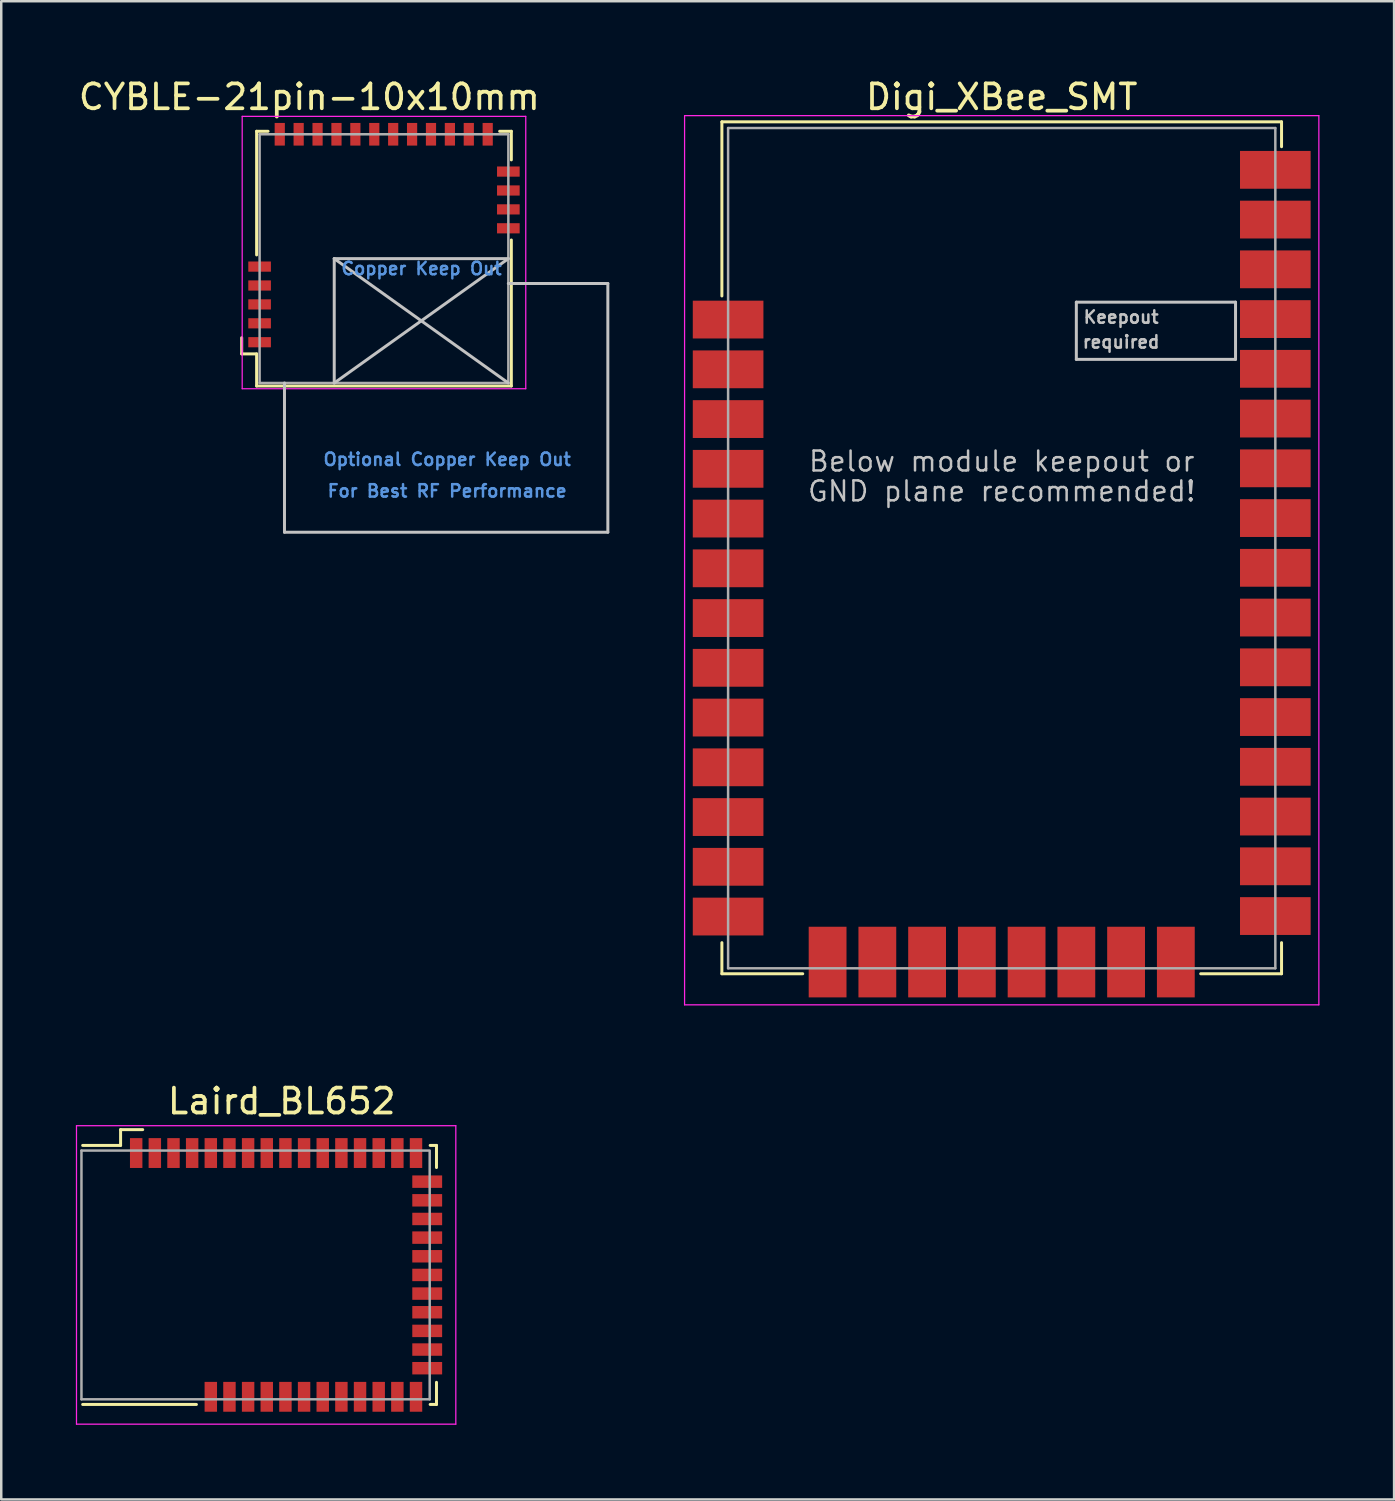
<source format=kicad_pcb>
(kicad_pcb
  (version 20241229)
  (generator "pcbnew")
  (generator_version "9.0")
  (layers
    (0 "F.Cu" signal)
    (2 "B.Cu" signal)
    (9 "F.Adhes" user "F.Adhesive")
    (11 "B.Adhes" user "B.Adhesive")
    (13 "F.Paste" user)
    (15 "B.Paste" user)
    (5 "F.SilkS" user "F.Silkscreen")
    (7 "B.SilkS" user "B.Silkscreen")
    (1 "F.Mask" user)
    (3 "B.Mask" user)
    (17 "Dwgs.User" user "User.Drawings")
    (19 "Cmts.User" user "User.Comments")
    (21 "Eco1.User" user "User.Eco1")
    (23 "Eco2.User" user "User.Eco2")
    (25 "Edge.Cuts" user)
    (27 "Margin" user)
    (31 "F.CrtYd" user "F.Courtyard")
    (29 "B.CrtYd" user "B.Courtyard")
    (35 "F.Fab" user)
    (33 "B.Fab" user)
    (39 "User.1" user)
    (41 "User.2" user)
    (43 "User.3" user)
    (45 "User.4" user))
  (footprint "Digi_XBee_SMT"
    (layer "F.Cu")
    (at 37.222 19.698)
    (property "Reference" "Digi_XBee_SMT" (at 0 -18.85 0) (layer "F.SilkS") (effects (font (size 1 1) (thickness 0.15))))
    (attr smd)
    (fp_line (start -11.25 -17.85) (end 11.25 -17.85) (stroke (width 0.12) (type solid)) (layer "F.SilkS"))
    (fp_line (start -11.25 -10.85) (end -11.25 -17.85) (stroke (width 0.12) (type solid)) (layer "F.SilkS"))
    (fp_line (start -11.25 15.15) (end -11.25 16.4) (stroke (width 0.12) (type solid)) (layer "F.SilkS"))
    (fp_line (start -11.25 16.4) (end -8 16.4) (stroke (width 0.12) (type solid)) (layer "F.SilkS"))
    (fp_line (start 8 16.4) (end 11.25 16.4) (stroke (width 0.12) (type solid)) (layer "F.SilkS"))
    (fp_line (start 11.25 -17.85) (end 11.25 -16.85) (stroke (width 0.12) (type solid)) (layer "F.SilkS"))
    (fp_line (start 11.25 16.4) (end 11.25 15.15) (stroke (width 0.12) (type solid)) (layer "F.SilkS"))
    (fp_line (start 3 -10.6) (end 3 -8.3) (stroke (width 0.12) (type solid)) (layer "Dwgs.User"))
    (fp_line (start 3 -8.3) (end 9.4 -8.3) (stroke (width 0.12) (type solid)) (layer "Dwgs.User"))
    (fp_line (start 9.4 -10.6) (end 3 -10.6) (stroke (width 0.12) (type solid)) (layer "Dwgs.User"))
    (fp_line (start 9.4 -8.3) (end 9.4 -10.6) (stroke (width 0.12) (type solid)) (layer "Dwgs.User"))
    (fp_line (start -12.75 -18.1) (end 12.75 -18.1) (stroke (width 0.05) (type solid)) (layer "F.CrtYd"))
    (fp_line (start -12.75 17.65) (end -12.75 -18.1) (stroke (width 0.05) (type solid)) (layer "F.CrtYd"))
    (fp_line (start 12.75 -18.1) (end 12.75 17.65) (stroke (width 0.05) (type solid)) (layer "F.CrtYd"))
    (fp_line (start 12.75 17.65) (end -12.75 17.65) (stroke (width 0.05) (type solid)) (layer "F.CrtYd"))
    (fp_line (start -11 -17.6) (end -11 16.18) (stroke (width 0.1) (type solid)) (layer "F.Fab"))
    (fp_line (start -11 16.18) (end 11 16.18) (stroke (width 0.1) (type solid)) (layer "F.Fab"))
    (fp_line (start 11 -17.6) (end -11 -17.6) (stroke (width 0.1) (type solid)) (layer "F.Fab"))
    (fp_line (start 11 16.18) (end 11 -17.6) (stroke (width 0.1) (type solid)) (layer "F.Fab"))
    (fp_text user "Keepout" (at 4.8 -10 0) (layer "Dwgs.User") (effects (font (size 0.5 0.5) (thickness 0.1))))
    (fp_text user "GND plane recommended!" (at 0 -3 0) (layer "Dwgs.User") (effects (font (size 0.8 0.8) (thickness 0.1))))
    (fp_text user "required" (at 4.8 -9 0) (layer "Dwgs.User") (effects (font (size 0.5 0.5) (thickness 0.1))))
    (fp_text user "Below module keepout or" (at 0 -4.2 0) (layer "Dwgs.User") (effects (font (size 0.8 0.8) (thickness 0.1))))
    (pad "1" smd rect (at -11 -9.9) (size 2.84 1.52) (layers "F.Cu" "F.Mask" "F.Paste"))
    (pad "2" smd rect (at -11 -7.9) (size 2.84 1.52) (layers "F.Cu" "F.Mask" "F.Paste"))
    (pad "3" smd rect (at -11 -5.9) (size 2.84 1.52) (layers "F.Cu" "F.Mask" "F.Paste"))
    (pad "4" smd rect (at -11 -3.9) (size 2.84 1.52) (layers "F.Cu" "F.Mask" "F.Paste"))
    (pad "5" smd rect (at -11 -1.9) (size 2.84 1.52) (layers "F.Cu" "F.Mask" "F.Paste"))
    (pad "6" smd rect (at -11 0.1) (size 2.84 1.52) (layers "F.Cu" "F.Mask" "F.Paste"))
    (pad "7" smd rect (at -11 2.1) (size 2.84 1.52) (layers "F.Cu" "F.Mask" "F.Paste"))
    (pad "8" smd rect (at -11 4.1) (size 2.84 1.52) (layers "F.Cu" "F.Mask" "F.Paste"))
    (pad "9" smd rect (at -11 6.1) (size 2.84 1.52) (layers "F.Cu" "F.Mask" "F.Paste"))
    (pad "10" smd rect (at -11 8.1) (size 2.84 1.52) (layers "F.Cu" "F.Mask" "F.Paste"))
    (pad "11" smd rect (at -11 10.1) (size 2.84 1.52) (layers "F.Cu" "F.Mask" "F.Paste"))
    (pad "12" smd rect (at -11 12.1) (size 2.84 1.52) (layers "F.Cu" "F.Mask" "F.Paste"))
    (pad "13" smd rect (at -11 14.1) (size 2.84 1.52) (layers "F.Cu" "F.Mask" "F.Paste"))
    (pad "14" smd rect (at -7 15.93 90) (size 2.84 1.52) (layers "F.Cu" "F.Mask" "F.Paste"))
    (pad "15" smd rect (at -5 15.93 90) (size 2.84 1.52) (layers "F.Cu" "F.Mask" "F.Paste"))
    (pad "16" smd rect (at -3 15.93 90) (size 2.84 1.52) (layers "F.Cu" "F.Mask" "F.Paste"))
    (pad "17" smd rect (at -1 15.93 90) (size 2.84 1.52) (layers "F.Cu" "F.Mask" "F.Paste"))
    (pad "18" smd rect (at 1 15.93 90) (size 2.84 1.52) (layers "F.Cu" "F.Mask" "F.Paste"))
    (pad "19" smd rect (at 3 15.93 90) (size 2.84 1.52) (layers "F.Cu" "F.Mask" "F.Paste"))
    (pad "20" smd rect (at 5 15.93 90) (size 2.84 1.52) (layers "F.Cu" "F.Mask" "F.Paste"))
    (pad "21" smd rect (at 7 15.93 90) (size 2.84 1.52) (layers "F.Cu" "F.Mask" "F.Paste"))
    (pad "22" smd rect (at 11 14.08) (size 2.84 1.52) (layers "F.Cu" "F.Mask" "F.Paste"))
    (pad "23" smd rect (at 11 12.08) (size 2.84 1.52) (layers "F.Cu" "F.Mask" "F.Paste"))
    (pad "24" smd rect (at 11 10.08) (size 2.84 1.52) (layers "F.Cu" "F.Mask" "F.Paste"))
    (pad "25" smd rect (at 11 8.08) (size 2.84 1.52) (layers "F.Cu" "F.Mask" "F.Paste"))
    (pad "26" smd rect (at 11 6.08) (size 2.84 1.52) (layers "F.Cu" "F.Mask" "F.Paste"))
    (pad "27" smd rect (at 11 4.08) (size 2.84 1.52) (layers "F.Cu" "F.Mask" "F.Paste"))
    (pad "28" smd rect (at 11 2.08) (size 2.84 1.52) (layers "F.Cu" "F.Mask" "F.Paste"))
    (pad "29" smd rect (at 11 0.08) (size 2.84 1.52) (layers "F.Cu" "F.Mask" "F.Paste"))
    (pad "30" smd rect (at 11 -1.92) (size 2.84 1.52) (layers "F.Cu" "F.Mask" "F.Paste"))
    (pad "31" smd rect (at 11 -3.92) (size 2.84 1.52) (layers "F.Cu" "F.Mask" "F.Paste"))
    (pad "32" smd rect (at 11 -5.92) (size 2.84 1.52) (layers "F.Cu" "F.Mask" "F.Paste"))
    (pad "33" smd rect (at 11 -7.92) (size 2.84 1.52) (layers "F.Cu" "F.Mask" "F.Paste"))
    (pad "34" smd rect (at 11 -9.92) (size 2.84 1.52) (layers "F.Cu" "F.Mask" "F.Paste"))
    (pad "35" smd rect (at 11 -11.92) (size 2.84 1.52) (layers "F.Cu" "F.Mask" "F.Paste"))
    (pad "36" smd rect (at 11 -13.92) (size 2.84 1.52) (layers "F.Cu" "F.Mask" "F.Paste"))
    (pad "37" smd rect (at 11 -15.92) (size 2.84 1.52) (layers "F.Cu" "F.Mask" "F.Paste")))
  (footprint "CYBLE-21pin-10x10mm"
    (layer "F.Cu")
    (at 12.387 6.528)
    (property "Reference" "CYBLE-21pin-10x10mm" (at -3 -5.68 0) (layer "F.SilkS") (effects (font (size 1 1) (thickness 0.15))))
    (attr smd)
    (fp_line (start -5.72 4.65) (end -5.72 4) (stroke (width 0.12) (type solid)) (layer "F.SilkS"))
    (fp_line (start -5.12 -4.3) (end -5.12 0.67) (stroke (width 0.12) (type solid)) (layer "F.SilkS"))
    (fp_line (start -5.12 4.65) (end -5.72 4.65) (stroke (width 0.12) (type solid)) (layer "F.SilkS"))
    (fp_line (start -5.12 4.65) (end -5.12 5.94) (stroke (width 0.12) (type solid)) (layer "F.SilkS"))
    (fp_line (start -5.12 5.94) (end 5.12 5.94) (stroke (width 0.12) (type solid)) (layer "F.SilkS"))
    (fp_line (start -4.66 -4.3) (end -5.12 -4.3) (stroke (width 0.12) (type solid)) (layer "F.SilkS"))
    (fp_line (start 5.12 -4.3) (end 4.65 -4.3) (stroke (width 0.12) (type solid)) (layer "F.SilkS"))
    (fp_line (start 5.12 -4.3) (end 5.12 -3.15) (stroke (width 0.12) (type solid)) (layer "F.SilkS"))
    (fp_line (start 5.12 5.94) (end 5.12 0.07) (stroke (width 0.12) (type solid)) (layer "F.SilkS"))
    (fp_line (start -4 11.82) (end -4 5.82) (stroke (width 0.12) (type solid)) (layer "Dwgs.User"))
    (fp_line (start -2 0.82) (end -2 5.82) (stroke (width 0.12) (type solid)) (layer "Dwgs.User"))
    (fp_line (start -2 0.82) (end 5 5.82) (stroke (width 0.12) (type solid)) (layer "Dwgs.User"))
    (fp_line (start 5 0.82) (end -2 0.82) (stroke (width 0.12) (type solid)) (layer "Dwgs.User"))
    (fp_line (start 5 0.82) (end -2 5.82) (stroke (width 0.12) (type solid)) (layer "Dwgs.User"))
    (fp_line (start 5 1.82) (end 9 1.82) (stroke (width 0.12) (type solid)) (layer "Dwgs.User"))
    (fp_line (start 9 1.82) (end 9 11.82) (stroke (width 0.12) (type solid)) (layer "Dwgs.User"))
    (fp_line (start 9 11.82) (end -4 11.82) (stroke (width 0.12) (type solid)) (layer "Dwgs.User"))
    (fp_line (start -5.7 -4.9) (end -5.7 6.05) (stroke (width 0.05) (type solid)) (layer "F.CrtYd"))
    (fp_line (start -5.7 6.05) (end 5.7 6.05) (stroke (width 0.05) (type solid)) (layer "F.CrtYd"))
    (fp_line (start 5.7 -4.9) (end -5.7 -4.9) (stroke (width 0.05) (type solid)) (layer "F.CrtYd"))
    (fp_line (start 5.7 6.05) (end 5.7 -4.9) (stroke (width 0.05) (type solid)) (layer "F.CrtYd"))
    (fp_line (start -5 -4.18) (end 5 -4.18) (stroke (width 0.1) (type solid)) (layer "F.Fab"))
    (fp_line (start -5 5.82) (end -5 -4.18) (stroke (width 0.1) (type solid)) (layer "F.Fab"))
    (fp_line (start 5 -4.18) (end 5 5.82) (stroke (width 0.1) (type solid)) (layer "F.Fab"))
    (fp_line (start 5 5.82) (end -5 5.82) (stroke (width 0.1) (type solid)) (layer "F.Fab"))
    (fp_text user "Optional Copper Keep Out" (at 2.54 8.89 0) (layer "Cmts.User") (effects (font (size 0.5 0.5) (thickness 0.1))))
    (fp_text user "Copper Keep Out" (at 1.51 1.22 0) (layer "Cmts.User") (effects (font (size 0.5 0.5) (thickness 0.1))))
    (fp_text user "For Best RF Performance" (at 2.54 10.16 0) (layer "Cmts.User") (effects (font (size 0.5 0.5) (thickness 0.1))))
    (pad "1" smd rect (at -5 4.18) (size 0.91 0.41) (layers "F.Cu" "F.Mask" "F.Paste"))
    (pad "2" smd rect (at -5 3.42) (size 0.91 0.41) (layers "F.Cu" "F.Mask" "F.Paste"))
    (pad "3" smd rect (at -5 2.66) (size 0.91 0.41) (layers "F.Cu" "F.Mask" "F.Paste"))
    (pad "4" smd rect (at -5 1.9) (size 0.91 0.41) (layers "F.Cu" "F.Mask" "F.Paste"))
    (pad "5" smd rect (at -5 1.14) (size 0.91 0.41) (layers "F.Cu" "F.Mask" "F.Paste"))
    (pad "6" smd rect (at -4.19 -4.18) (size 0.41 0.91) (layers "F.Cu" "F.Mask" "F.Paste"))
    (pad "7" smd rect (at -3.43 -4.18) (size 0.41 0.91) (layers "F.Cu" "F.Mask" "F.Paste"))
    (pad "8" smd rect (at -2.67 -4.18) (size 0.41 0.91) (layers "F.Cu" "F.Mask" "F.Paste"))
    (pad "9" smd rect (at -1.91 -4.18) (size 0.41 0.91) (layers "F.Cu" "F.Mask" "F.Paste"))
    (pad "10" smd rect (at -1.15 -4.18) (size 0.41 0.91) (layers "F.Cu" "F.Mask" "F.Paste"))
    (pad "11" smd rect (at -0.39 -4.18) (size 0.41 0.91) (layers "F.Cu" "F.Mask" "F.Paste"))
    (pad "12" smd rect (at 0.37 -4.18) (size 0.41 0.91) (layers "F.Cu" "F.Mask" "F.Paste"))
    (pad "13" smd rect (at 1.13 -4.18) (size 0.41 0.91) (layers "F.Cu" "F.Mask" "F.Paste"))
    (pad "14" smd rect (at 1.89 -4.18) (size 0.41 0.91) (layers "F.Cu" "F.Mask" "F.Paste"))
    (pad "15" smd rect (at 2.65 -4.18) (size 0.41 0.91) (layers "F.Cu" "F.Mask" "F.Paste"))
    (pad "16" smd rect (at 3.41 -4.18) (size 0.41 0.91) (layers "F.Cu" "F.Mask" "F.Paste"))
    (pad "17" smd rect (at 4.17 -4.18) (size 0.41 0.91) (layers "F.Cu" "F.Mask" "F.Paste"))
    (pad "18" smd rect (at 5 -2.68) (size 0.91 0.41) (layers "F.Cu" "F.Mask" "F.Paste"))
    (pad "19" smd rect (at 5 -1.92) (size 0.91 0.41) (layers "F.Cu" "F.Mask" "F.Paste"))
    (pad "20" smd rect (at 5 -1.16) (size 0.91 0.41) (layers "F.Cu" "F.Mask" "F.Paste"))
    (pad "21" smd rect (at 5 -0.4) (size 0.91 0.41) (layers "F.Cu" "F.Mask" "F.Paste")))
  (footprint "Laird_BL652"
    (layer "F.Cu")
    (at 8.275 48.206)
    (property "Reference" "Laird_BL652" (at 0 -6.985 0) (layer "F.SilkS") (effects (font (size 1 1) (thickness 0.15))))
    (attr smd)
    (fp_line (start -8.001 -5.207) (end -6.477 -5.207) (stroke (width 0.12) (type solid)) (layer "F.SilkS"))
    (fp_line (start -6.477 -5.842) (end -5.588 -5.842) (stroke (width 0.12) (type solid)) (layer "F.SilkS"))
    (fp_line (start -6.477 -5.207) (end -6.477 -5.842) (stroke (width 0.12) (type solid)) (layer "F.SilkS"))
    (fp_line (start -3.429 5.207) (end -8.001 5.207) (stroke (width 0.12) (type solid)) (layer "F.SilkS"))
    (fp_line (start 5.969 -5.207) (end 6.223 -5.207) (stroke (width 0.12) (type solid)) (layer "F.SilkS"))
    (fp_line (start 6.223 -5.207) (end 6.223 -4.318) (stroke (width 0.12) (type solid)) (layer "F.SilkS"))
    (fp_line (start 6.223 5.207) (end 5.969 5.207) (stroke (width 0.12) (type solid)) (layer "F.SilkS"))
    (fp_line (start 6.223 5.207) (end 6.223 4.318) (stroke (width 0.12) (type solid)) (layer "F.SilkS"))
    (fp_line (start -8.25 -6) (end 7 -6) (stroke (width 0.05) (type solid)) (layer "F.CrtYd"))
    (fp_line (start -8.25 6) (end -8.25 -6) (stroke (width 0.05) (type solid)) (layer "F.CrtYd"))
    (fp_line (start 7 -6) (end 7 6) (stroke (width 0.05) (type solid)) (layer "F.CrtYd"))
    (fp_line (start 7 6) (end -8.25 6) (stroke (width 0.05) (type solid)) (layer "F.CrtYd"))
    (fp_line (start -8.05 -5) (end -8.05 5) (stroke (width 0.1) (type solid)) (layer "F.Fab"))
    (fp_line (start -8.05 -5) (end 5.9 -5) (stroke (width 0.1) (type solid)) (layer "F.Fab"))
    (fp_line (start 5.95 -5) (end 5.95 5) (stroke (width 0.1) (type solid)) (layer "F.Fab"))
    (fp_line (start 5.95 5) (end -8.05 5) (stroke (width 0.1) (type solid)) (layer "F.Fab"))
    (pad "1" smd rect (at -5.85 -4.9 90) (size 1.2 0.5) (layers "F.Cu" "F.Mask" "F.Paste"))
    (pad "2" smd rect (at -5.1 -4.9 90) (size 1.2 0.5) (layers "F.Cu" "F.Mask" "F.Paste"))
    (pad "3" smd rect (at -4.35 -4.9 90) (size 1.2 0.5) (layers "F.Cu" "F.Mask" "F.Paste"))
    (pad "4" smd rect (at -3.6 -4.9 90) (size 1.2 0.5) (layers "F.Cu" "F.Mask" "F.Paste"))
    (pad "5" smd rect (at -2.85 -4.9 90) (size 1.2 0.5) (layers "F.Cu" "F.Mask" "F.Paste"))
    (pad "6" smd rect (at -2.1 -4.9 90) (size 1.2 0.5) (layers "F.Cu" "F.Mask" "F.Paste"))
    (pad "7" smd rect (at -1.35 -4.9 90) (size 1.2 0.5) (layers "F.Cu" "F.Mask" "F.Paste"))
    (pad "8" smd rect (at -0.6 -4.9 90) (size 1.2 0.5) (layers "F.Cu" "F.Mask" "F.Paste"))
    (pad "9" smd rect (at 0.15 -4.9 90) (size 1.2 0.5) (layers "F.Cu" "F.Mask" "F.Paste"))
    (pad "10" smd rect (at 0.9 -4.9 90) (size 1.2 0.5) (layers "F.Cu" "F.Mask" "F.Paste"))
    (pad "11" smd rect (at 1.65 -4.9 90) (size 1.2 0.5) (layers "F.Cu" "F.Mask" "F.Paste"))
    (pad "12" smd rect (at 2.4 -4.9 90) (size 1.2 0.5) (layers "F.Cu" "F.Mask" "F.Paste"))
    (pad "13" smd rect (at 3.15 -4.9 90) (size 1.2 0.5) (layers "F.Cu" "F.Mask" "F.Paste"))
    (pad "14" smd rect (at 3.9 -4.9 90) (size 1.2 0.5) (layers "F.Cu" "F.Mask" "F.Paste"))
    (pad "15" smd rect (at 4.65 -4.9 90) (size 1.2 0.5) (layers "F.Cu" "F.Mask" "F.Paste"))
    (pad "16" smd rect (at 5.4 -4.9 90) (size 1.2 0.5) (layers "F.Cu" "F.Mask" "F.Paste"))
    (pad "17" smd rect (at 5.85 -3.75) (size 1.2 0.5) (layers "F.Cu" "F.Mask" "F.Paste"))
    (pad "18" smd rect (at 5.85 -3) (size 1.2 0.5) (layers "F.Cu" "F.Mask" "F.Paste"))
    (pad "19" smd rect (at 5.85 -2.25) (size 1.2 0.5) (layers "F.Cu" "F.Mask" "F.Paste"))
    (pad "20" smd rect (at 5.85 -1.5) (size 1.2 0.5) (layers "F.Cu" "F.Mask" "F.Paste"))
    (pad "21" smd rect (at 5.85 -0.75) (size 1.2 0.5) (layers "F.Cu" "F.Mask" "F.Paste"))
    (pad "22" smd rect (at 5.85 0) (size 1.2 0.5) (layers "F.Cu" "F.Mask" "F.Paste"))
    (pad "23" smd rect (at 5.85 0.75) (size 1.2 0.5) (layers "F.Cu" "F.Mask" "F.Paste"))
    (pad "24" smd rect (at 5.85 1.5) (size 1.2 0.5) (layers "F.Cu" "F.Mask" "F.Paste"))
    (pad "25" smd rect (at 5.85 2.25) (size 1.2 0.5) (layers "F.Cu" "F.Mask" "F.Paste"))
    (pad "26" smd rect (at 5.85 3) (size 1.2 0.5) (layers "F.Cu" "F.Mask" "F.Paste"))
    (pad "27" smd rect (at 5.85 3.75) (size 1.2 0.5) (layers "F.Cu" "F.Mask" "F.Paste"))
    (pad "28" smd rect (at 5.4 4.9 90) (size 1.2 0.5) (layers "F.Cu" "F.Mask" "F.Paste"))
    (pad "29" smd rect (at 4.65 4.9 90) (size 1.2 0.5) (layers "F.Cu" "F.Mask" "F.Paste"))
    (pad "30" smd rect (at 3.9 4.9 90) (size 1.2 0.5) (layers "F.Cu" "F.Mask" "F.Paste"))
    (pad "31" smd rect (at 3.15 4.9 90) (size 1.2 0.5) (layers "F.Cu" "F.Mask" "F.Paste"))
    (pad "32" smd rect (at 2.4 4.9 90) (size 1.2 0.5) (layers "F.Cu" "F.Mask" "F.Paste"))
    (pad "33" smd rect (at 1.65 4.9 90) (size 1.2 0.5) (layers "F.Cu" "F.Mask" "F.Paste"))
    (pad "34" smd rect (at 0.9 4.9 90) (size 1.2 0.5) (layers "F.Cu" "F.Mask" "F.Paste"))
    (pad "35" smd rect (at 0.15 4.9 90) (size 1.2 0.5) (layers "F.Cu" "F.Mask" "F.Paste"))
    (pad "36" smd rect (at -0.6 4.9 90) (size 1.2 0.5) (layers "F.Cu" "F.Mask" "F.Paste"))
    (pad "37" smd rect (at -1.35 4.9 90) (size 1.2 0.5) (layers "F.Cu" "F.Mask" "F.Paste"))
    (pad "38" smd rect (at -2.1 4.9 90) (size 1.2 0.5) (layers "F.Cu" "F.Mask" "F.Paste"))
    (pad "39" smd rect (at -2.85 4.9 90) (size 1.2 0.5) (layers "F.Cu" "F.Mask" "F.Paste")))
  (gr_rect
    (start -3 -3)
    (end 52.997 57.231)
    (stroke (width 0.1) (type default))
    (fill no)
    (layer "Edge.Cuts")))
</source>
